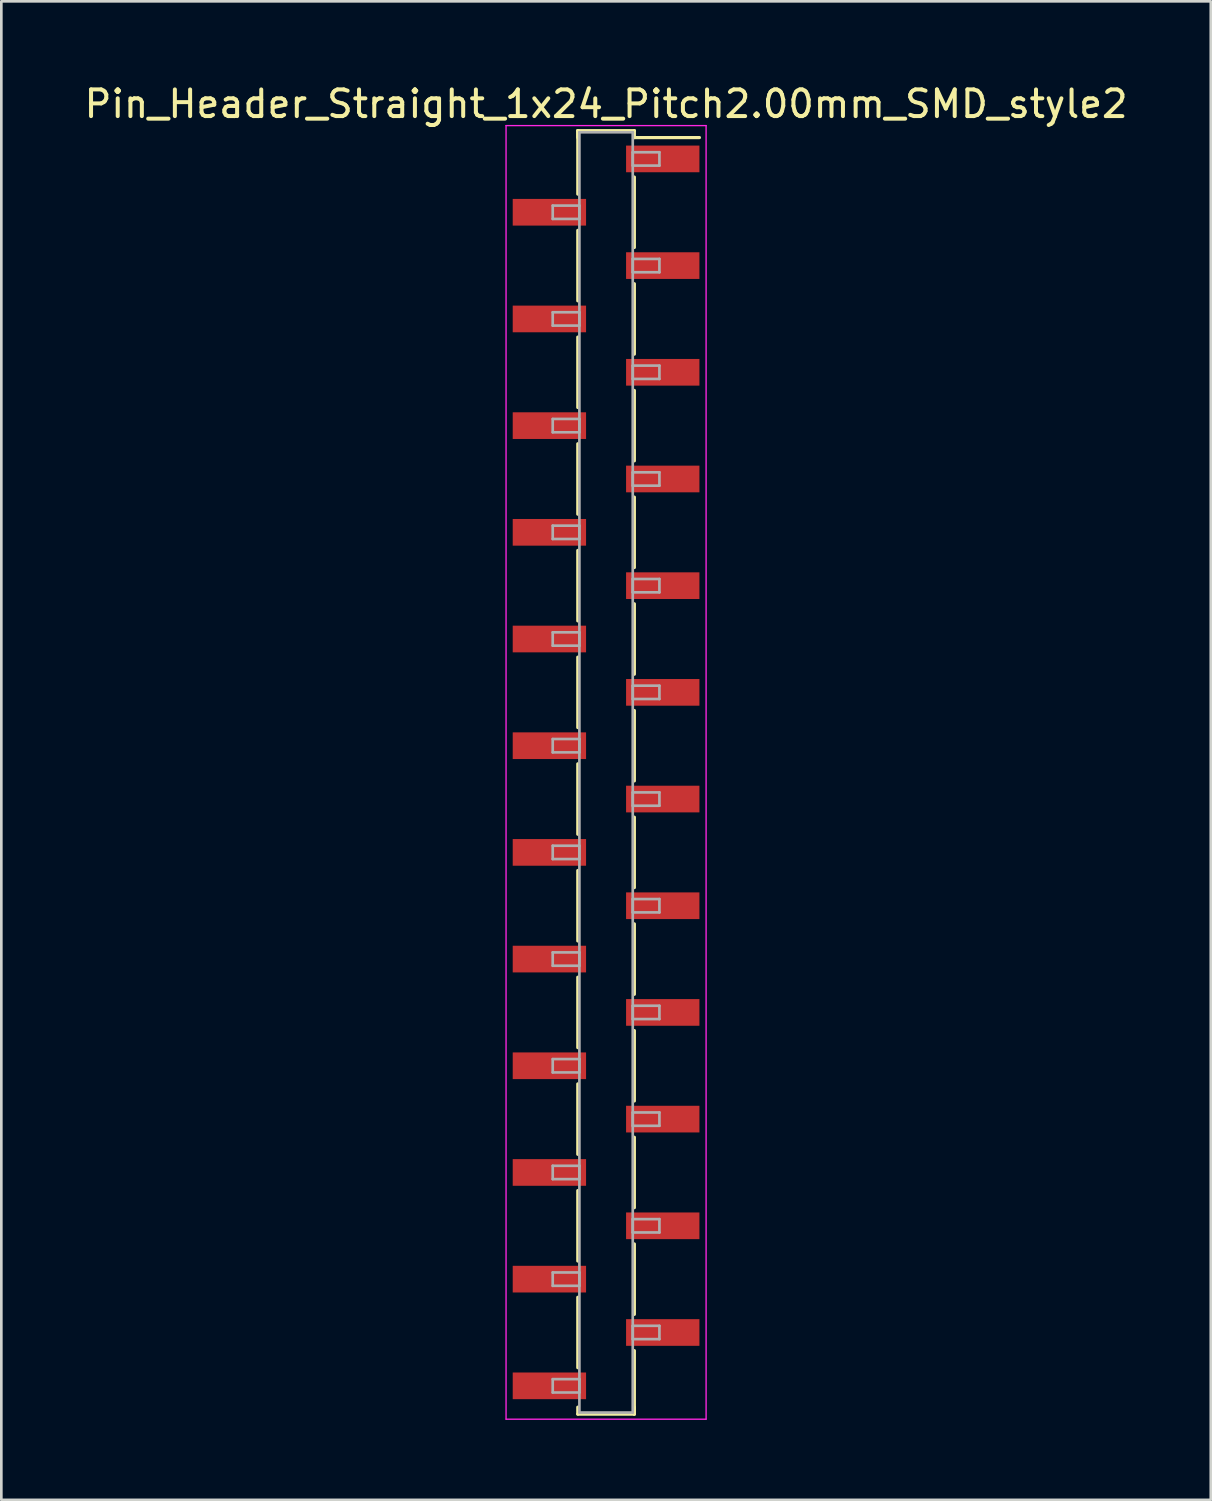
<source format=kicad_pcb>
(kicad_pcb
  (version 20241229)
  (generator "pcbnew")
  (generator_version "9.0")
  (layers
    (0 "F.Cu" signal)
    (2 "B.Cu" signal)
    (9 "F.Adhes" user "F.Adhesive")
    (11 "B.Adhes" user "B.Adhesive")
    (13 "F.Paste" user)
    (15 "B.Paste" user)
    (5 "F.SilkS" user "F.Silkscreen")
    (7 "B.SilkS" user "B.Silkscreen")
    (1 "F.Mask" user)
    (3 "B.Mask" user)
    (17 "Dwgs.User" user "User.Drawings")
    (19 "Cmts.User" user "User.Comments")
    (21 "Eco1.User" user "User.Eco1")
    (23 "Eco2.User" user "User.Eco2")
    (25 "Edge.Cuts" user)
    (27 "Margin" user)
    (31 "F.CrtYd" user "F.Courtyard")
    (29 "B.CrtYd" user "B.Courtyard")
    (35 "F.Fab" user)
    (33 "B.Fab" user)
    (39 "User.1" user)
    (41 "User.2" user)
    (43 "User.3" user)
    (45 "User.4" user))
  (footprint "Pin_Header_Straight_1x24_Pitch2.00mm_SMD_style2"
    (layer "F.Cu")
    (at 19.673 25.908)
    (property "Reference" "Pin_Header_Straight_1x24_Pitch2.00mm_SMD_style2" (at 0 -25.06 0) (layer "F.SilkS") (effects (font (size 1 1) (thickness 0.15))))
    (attr smd)
    (fp_line (start -1.06 -24.06) (end -1.06 -21.68) (stroke (width 0.12) (type solid)) (layer "F.SilkS"))
    (fp_line (start -1.06 -24.06) (end 1.06 -24.06) (stroke (width 0.12) (type solid)) (layer "F.SilkS"))
    (fp_line (start -1.06 -23.8) (end -1.06 -24.06) (stroke (width 0.12) (type solid)) (layer "F.SilkS"))
    (fp_line (start -1.06 -20.32) (end -1.06 -17.68) (stroke (width 0.12) (type solid)) (layer "F.SilkS"))
    (fp_line (start -1.06 -16.32) (end -1.06 -13.68) (stroke (width 0.12) (type solid)) (layer "F.SilkS"))
    (fp_line (start -1.06 -12.32) (end -1.06 -9.68) (stroke (width 0.12) (type solid)) (layer "F.SilkS"))
    (fp_line (start -1.06 -8.32) (end -1.06 -5.68) (stroke (width 0.12) (type solid)) (layer "F.SilkS"))
    (fp_line (start -1.06 -4.32) (end -1.06 -1.68) (stroke (width 0.12) (type solid)) (layer "F.SilkS"))
    (fp_line (start -1.06 -0.32) (end -1.06 2.32) (stroke (width 0.12) (type solid)) (layer "F.SilkS"))
    (fp_line (start -1.06 3.68) (end -1.06 6.32) (stroke (width 0.12) (type solid)) (layer "F.SilkS"))
    (fp_line (start -1.06 7.68) (end -1.06 10.32) (stroke (width 0.12) (type solid)) (layer "F.SilkS"))
    (fp_line (start -1.06 11.68) (end -1.06 14.32) (stroke (width 0.12) (type solid)) (layer "F.SilkS"))
    (fp_line (start -1.06 15.68) (end -1.06 18.32) (stroke (width 0.12) (type solid)) (layer "F.SilkS"))
    (fp_line (start -1.06 19.68) (end -1.06 22.32) (stroke (width 0.12) (type solid)) (layer "F.SilkS"))
    (fp_line (start -1.06 23.8) (end -1.06 24.06) (stroke (width 0.12) (type solid)) (layer "F.SilkS"))
    (fp_line (start -1.06 24.06) (end 1.06 24.06) (stroke (width 0.12) (type solid)) (layer "F.SilkS"))
    (fp_line (start 1.06 -24.06) (end 1.06 -23.8) (stroke (width 0.12) (type solid)) (layer "F.SilkS"))
    (fp_line (start 1.06 -23.8) (end 3.5 -23.8) (stroke (width 0.12) (type solid)) (layer "F.SilkS"))
    (fp_line (start 1.06 -22.32) (end 1.06 -19.68) (stroke (width 0.12) (type solid)) (layer "F.SilkS"))
    (fp_line (start 1.06 -18.32) (end 1.06 -15.68) (stroke (width 0.12) (type solid)) (layer "F.SilkS"))
    (fp_line (start 1.06 -14.32) (end 1.06 -11.68) (stroke (width 0.12) (type solid)) (layer "F.SilkS"))
    (fp_line (start 1.06 -10.32) (end 1.06 -7.68) (stroke (width 0.12) (type solid)) (layer "F.SilkS"))
    (fp_line (start 1.06 -6.32) (end 1.06 -3.68) (stroke (width 0.12) (type solid)) (layer "F.SilkS"))
    (fp_line (start 1.06 -2.32) (end 1.06 0.32) (stroke (width 0.12) (type solid)) (layer "F.SilkS"))
    (fp_line (start 1.06 1.68) (end 1.06 4.32) (stroke (width 0.12) (type solid)) (layer "F.SilkS"))
    (fp_line (start 1.06 5.68) (end 1.06 8.32) (stroke (width 0.12) (type solid)) (layer "F.SilkS"))
    (fp_line (start 1.06 9.68) (end 1.06 12.32) (stroke (width 0.12) (type solid)) (layer "F.SilkS"))
    (fp_line (start 1.06 13.68) (end 1.06 16.32) (stroke (width 0.12) (type solid)) (layer "F.SilkS"))
    (fp_line (start 1.06 17.68) (end 1.06 20.32) (stroke (width 0.12) (type solid)) (layer "F.SilkS"))
    (fp_line (start 1.06 21.68) (end 1.06 24.06) (stroke (width 0.12) (type solid)) (layer "F.SilkS"))
    (fp_line (start 1.06 24.06) (end 1.06 23.8) (stroke (width 0.12) (type solid)) (layer "F.SilkS"))
    (fp_line (start -3.75 -24.25) (end -3.75 24.25) (stroke (width 0.05) (type solid)) (layer "F.CrtYd"))
    (fp_line (start -3.75 24.25) (end 3.75 24.25) (stroke (width 0.05) (type solid)) (layer "F.CrtYd"))
    (fp_line (start 3.75 -24.25) (end -3.75 -24.25) (stroke (width 0.05) (type solid)) (layer "F.CrtYd"))
    (fp_line (start 3.75 24.25) (end 3.75 -24.25) (stroke (width 0.05) (type solid)) (layer "F.CrtYd"))
    (fp_line (start -2 -21.25) (end -1 -21.25) (stroke (width 0.1) (type solid)) (layer "F.Fab"))
    (fp_line (start -2 -20.75) (end -2 -21.25) (stroke (width 0.1) (type solid)) (layer "F.Fab"))
    (fp_line (start -2 -17.25) (end -1 -17.25) (stroke (width 0.1) (type solid)) (layer "F.Fab"))
    (fp_line (start -2 -16.75) (end -2 -17.25) (stroke (width 0.1) (type solid)) (layer "F.Fab"))
    (fp_line (start -2 -13.25) (end -1 -13.25) (stroke (width 0.1) (type solid)) (layer "F.Fab"))
    (fp_line (start -2 -12.75) (end -2 -13.25) (stroke (width 0.1) (type solid)) (layer "F.Fab"))
    (fp_line (start -2 -9.25) (end -1 -9.25) (stroke (width 0.1) (type solid)) (layer "F.Fab"))
    (fp_line (start -2 -8.75) (end -2 -9.25) (stroke (width 0.1) (type solid)) (layer "F.Fab"))
    (fp_line (start -2 -5.25) (end -1 -5.25) (stroke (width 0.1) (type solid)) (layer "F.Fab"))
    (fp_line (start -2 -4.75) (end -2 -5.25) (stroke (width 0.1) (type solid)) (layer "F.Fab"))
    (fp_line (start -2 -1.25) (end -1 -1.25) (stroke (width 0.1) (type solid)) (layer "F.Fab"))
    (fp_line (start -2 -0.75) (end -2 -1.25) (stroke (width 0.1) (type solid)) (layer "F.Fab"))
    (fp_line (start -2 2.75) (end -1 2.75) (stroke (width 0.1) (type solid)) (layer "F.Fab"))
    (fp_line (start -2 3.25) (end -2 2.75) (stroke (width 0.1) (type solid)) (layer "F.Fab"))
    (fp_line (start -2 6.75) (end -1 6.75) (stroke (width 0.1) (type solid)) (layer "F.Fab"))
    (fp_line (start -2 7.25) (end -2 6.75) (stroke (width 0.1) (type solid)) (layer "F.Fab"))
    (fp_line (start -2 10.75) (end -1 10.75) (stroke (width 0.1) (type solid)) (layer "F.Fab"))
    (fp_line (start -2 11.25) (end -2 10.75) (stroke (width 0.1) (type solid)) (layer "F.Fab"))
    (fp_line (start -2 14.75) (end -1 14.75) (stroke (width 0.1) (type solid)) (layer "F.Fab"))
    (fp_line (start -2 15.25) (end -2 14.75) (stroke (width 0.1) (type solid)) (layer "F.Fab"))
    (fp_line (start -2 18.75) (end -1 18.75) (stroke (width 0.1) (type solid)) (layer "F.Fab"))
    (fp_line (start -2 19.25) (end -2 18.75) (stroke (width 0.1) (type solid)) (layer "F.Fab"))
    (fp_line (start -2 22.75) (end -1 22.75) (stroke (width 0.1) (type solid)) (layer "F.Fab"))
    (fp_line (start -2 23.25) (end -2 22.75) (stroke (width 0.1) (type solid)) (layer "F.Fab"))
    (fp_line (start -1 -24) (end -1 24) (stroke (width 0.1) (type solid)) (layer "F.Fab"))
    (fp_line (start -1 -21.25) (end -1 -20.75) (stroke (width 0.1) (type solid)) (layer "F.Fab"))
    (fp_line (start -1 -20.75) (end -2 -20.75) (stroke (width 0.1) (type solid)) (layer "F.Fab"))
    (fp_line (start -1 -17.25) (end -1 -16.75) (stroke (width 0.1) (type solid)) (layer "F.Fab"))
    (fp_line (start -1 -16.75) (end -2 -16.75) (stroke (width 0.1) (type solid)) (layer "F.Fab"))
    (fp_line (start -1 -13.25) (end -1 -12.75) (stroke (width 0.1) (type solid)) (layer "F.Fab"))
    (fp_line (start -1 -12.75) (end -2 -12.75) (stroke (width 0.1) (type solid)) (layer "F.Fab"))
    (fp_line (start -1 -9.25) (end -1 -8.75) (stroke (width 0.1) (type solid)) (layer "F.Fab"))
    (fp_line (start -1 -8.75) (end -2 -8.75) (stroke (width 0.1) (type solid)) (layer "F.Fab"))
    (fp_line (start -1 -5.25) (end -1 -4.75) (stroke (width 0.1) (type solid)) (layer "F.Fab"))
    (fp_line (start -1 -4.75) (end -2 -4.75) (stroke (width 0.1) (type solid)) (layer "F.Fab"))
    (fp_line (start -1 -1.25) (end -1 -0.75) (stroke (width 0.1) (type solid)) (layer "F.Fab"))
    (fp_line (start -1 -0.75) (end -2 -0.75) (stroke (width 0.1) (type solid)) (layer "F.Fab"))
    (fp_line (start -1 2.75) (end -1 3.25) (stroke (width 0.1) (type solid)) (layer "F.Fab"))
    (fp_line (start -1 3.25) (end -2 3.25) (stroke (width 0.1) (type solid)) (layer "F.Fab"))
    (fp_line (start -1 6.75) (end -1 7.25) (stroke (width 0.1) (type solid)) (layer "F.Fab"))
    (fp_line (start -1 7.25) (end -2 7.25) (stroke (width 0.1) (type solid)) (layer "F.Fab"))
    (fp_line (start -1 10.75) (end -1 11.25) (stroke (width 0.1) (type solid)) (layer "F.Fab"))
    (fp_line (start -1 11.25) (end -2 11.25) (stroke (width 0.1) (type solid)) (layer "F.Fab"))
    (fp_line (start -1 14.75) (end -1 15.25) (stroke (width 0.1) (type solid)) (layer "F.Fab"))
    (fp_line (start -1 15.25) (end -2 15.25) (stroke (width 0.1) (type solid)) (layer "F.Fab"))
    (fp_line (start -1 18.75) (end -1 19.25) (stroke (width 0.1) (type solid)) (layer "F.Fab"))
    (fp_line (start -1 19.25) (end -2 19.25) (stroke (width 0.1) (type solid)) (layer "F.Fab"))
    (fp_line (start -1 22.75) (end -1 23.25) (stroke (width 0.1) (type solid)) (layer "F.Fab"))
    (fp_line (start -1 23.25) (end -2 23.25) (stroke (width 0.1) (type solid)) (layer "F.Fab"))
    (fp_line (start -1 24) (end 1 24) (stroke (width 0.1) (type solid)) (layer "F.Fab"))
    (fp_line (start 1 -24) (end -1 -24) (stroke (width 0.1) (type solid)) (layer "F.Fab"))
    (fp_line (start 1 -23.25) (end 1 -22.75) (stroke (width 0.1) (type solid)) (layer "F.Fab"))
    (fp_line (start 1 -22.75) (end 2 -22.75) (stroke (width 0.1) (type solid)) (layer "F.Fab"))
    (fp_line (start 1 -19.25) (end 1 -18.75) (stroke (width 0.1) (type solid)) (layer "F.Fab"))
    (fp_line (start 1 -18.75) (end 2 -18.75) (stroke (width 0.1) (type solid)) (layer "F.Fab"))
    (fp_line (start 1 -15.25) (end 1 -14.75) (stroke (width 0.1) (type solid)) (layer "F.Fab"))
    (fp_line (start 1 -14.75) (end 2 -14.75) (stroke (width 0.1) (type solid)) (layer "F.Fab"))
    (fp_line (start 1 -11.25) (end 1 -10.75) (stroke (width 0.1) (type solid)) (layer "F.Fab"))
    (fp_line (start 1 -10.75) (end 2 -10.75) (stroke (width 0.1) (type solid)) (layer "F.Fab"))
    (fp_line (start 1 -7.25) (end 1 -6.75) (stroke (width 0.1) (type solid)) (layer "F.Fab"))
    (fp_line (start 1 -6.75) (end 2 -6.75) (stroke (width 0.1) (type solid)) (layer "F.Fab"))
    (fp_line (start 1 -3.25) (end 1 -2.75) (stroke (width 0.1) (type solid)) (layer "F.Fab"))
    (fp_line (start 1 -2.75) (end 2 -2.75) (stroke (width 0.1) (type solid)) (layer "F.Fab"))
    (fp_line (start 1 0.75) (end 1 1.25) (stroke (width 0.1) (type solid)) (layer "F.Fab"))
    (fp_line (start 1 1.25) (end 2 1.25) (stroke (width 0.1) (type solid)) (layer "F.Fab"))
    (fp_line (start 1 4.75) (end 1 5.25) (stroke (width 0.1) (type solid)) (layer "F.Fab"))
    (fp_line (start 1 5.25) (end 2 5.25) (stroke (width 0.1) (type solid)) (layer "F.Fab"))
    (fp_line (start 1 8.75) (end 1 9.25) (stroke (width 0.1) (type solid)) (layer "F.Fab"))
    (fp_line (start 1 9.25) (end 2 9.25) (stroke (width 0.1) (type solid)) (layer "F.Fab"))
    (fp_line (start 1 12.75) (end 1 13.25) (stroke (width 0.1) (type solid)) (layer "F.Fab"))
    (fp_line (start 1 13.25) (end 2 13.25) (stroke (width 0.1) (type solid)) (layer "F.Fab"))
    (fp_line (start 1 16.75) (end 1 17.25) (stroke (width 0.1) (type solid)) (layer "F.Fab"))
    (fp_line (start 1 17.25) (end 2 17.25) (stroke (width 0.1) (type solid)) (layer "F.Fab"))
    (fp_line (start 1 20.75) (end 1 21.25) (stroke (width 0.1) (type solid)) (layer "F.Fab"))
    (fp_line (start 1 21.25) (end 2 21.25) (stroke (width 0.1) (type solid)) (layer "F.Fab"))
    (fp_line (start 1 24) (end 1 -24) (stroke (width 0.1) (type solid)) (layer "F.Fab"))
    (fp_line (start 2 -23.25) (end 1 -23.25) (stroke (width 0.1) (type solid)) (layer "F.Fab"))
    (fp_line (start 2 -22.75) (end 2 -23.25) (stroke (width 0.1) (type solid)) (layer "F.Fab"))
    (fp_line (start 2 -19.25) (end 1 -19.25) (stroke (width 0.1) (type solid)) (layer "F.Fab"))
    (fp_line (start 2 -18.75) (end 2 -19.25) (stroke (width 0.1) (type solid)) (layer "F.Fab"))
    (fp_line (start 2 -15.25) (end 1 -15.25) (stroke (width 0.1) (type solid)) (layer "F.Fab"))
    (fp_line (start 2 -14.75) (end 2 -15.25) (stroke (width 0.1) (type solid)) (layer "F.Fab"))
    (fp_line (start 2 -11.25) (end 1 -11.25) (stroke (width 0.1) (type solid)) (layer "F.Fab"))
    (fp_line (start 2 -10.75) (end 2 -11.25) (stroke (width 0.1) (type solid)) (layer "F.Fab"))
    (fp_line (start 2 -7.25) (end 1 -7.25) (stroke (width 0.1) (type solid)) (layer "F.Fab"))
    (fp_line (start 2 -6.75) (end 2 -7.25) (stroke (width 0.1) (type solid)) (layer "F.Fab"))
    (fp_line (start 2 -3.25) (end 1 -3.25) (stroke (width 0.1) (type solid)) (layer "F.Fab"))
    (fp_line (start 2 -2.75) (end 2 -3.25) (stroke (width 0.1) (type solid)) (layer "F.Fab"))
    (fp_line (start 2 0.75) (end 1 0.75) (stroke (width 0.1) (type solid)) (layer "F.Fab"))
    (fp_line (start 2 1.25) (end 2 0.75) (stroke (width 0.1) (type solid)) (layer "F.Fab"))
    (fp_line (start 2 4.75) (end 1 4.75) (stroke (width 0.1) (type solid)) (layer "F.Fab"))
    (fp_line (start 2 5.25) (end 2 4.75) (stroke (width 0.1) (type solid)) (layer "F.Fab"))
    (fp_line (start 2 8.75) (end 1 8.75) (stroke (width 0.1) (type solid)) (layer "F.Fab"))
    (fp_line (start 2 9.25) (end 2 8.75) (stroke (width 0.1) (type solid)) (layer "F.Fab"))
    (fp_line (start 2 12.75) (end 1 12.75) (stroke (width 0.1) (type solid)) (layer "F.Fab"))
    (fp_line (start 2 13.25) (end 2 12.75) (stroke (width 0.1) (type solid)) (layer "F.Fab"))
    (fp_line (start 2 16.75) (end 1 16.75) (stroke (width 0.1) (type solid)) (layer "F.Fab"))
    (fp_line (start 2 17.25) (end 2 16.75) (stroke (width 0.1) (type solid)) (layer "F.Fab"))
    (fp_line (start 2 20.75) (end 1 20.75) (stroke (width 0.1) (type solid)) (layer "F.Fab"))
    (fp_line (start 2 21.25) (end 2 20.75) (stroke (width 0.1) (type solid)) (layer "F.Fab"))
    (pad "1" smd rect (at 2.125 -23) (size 2.75 1) (layers "F.Cu" "F.Mask"))
    (pad "2" smd rect (at -2.125 -21) (size 2.75 1) (layers "F.Cu" "F.Mask"))
    (pad "3" smd rect (at 2.125 -19) (size 2.75 1) (layers "F.Cu" "F.Mask"))
    (pad "4" smd rect (at -2.125 -17) (size 2.75 1) (layers "F.Cu" "F.Mask"))
    (pad "5" smd rect (at 2.125 -15) (size 2.75 1) (layers "F.Cu" "F.Mask"))
    (pad "6" smd rect (at -2.125 -13) (size 2.75 1) (layers "F.Cu" "F.Mask"))
    (pad "7" smd rect (at 2.125 -11) (size 2.75 1) (layers "F.Cu" "F.Mask"))
    (pad "8" smd rect (at -2.125 -9) (size 2.75 1) (layers "F.Cu" "F.Mask"))
    (pad "9" smd rect (at 2.125 -7) (size 2.75 1) (layers "F.Cu" "F.Mask"))
    (pad "10" smd rect (at -2.125 -5) (size 2.75 1) (layers "F.Cu" "F.Mask"))
    (pad "11" smd rect (at 2.125 -3) (size 2.75 1) (layers "F.Cu" "F.Mask"))
    (pad "12" smd rect (at -2.125 -1) (size 2.75 1) (layers "F.Cu" "F.Mask"))
    (pad "13" smd rect (at 2.125 1) (size 2.75 1) (layers "F.Cu" "F.Mask"))
    (pad "14" smd rect (at -2.125 3) (size 2.75 1) (layers "F.Cu" "F.Mask"))
    (pad "15" smd rect (at 2.125 5) (size 2.75 1) (layers "F.Cu" "F.Mask"))
    (pad "16" smd rect (at -2.125 7) (size 2.75 1) (layers "F.Cu" "F.Mask"))
    (pad "17" smd rect (at 2.125 9) (size 2.75 1) (layers "F.Cu" "F.Mask"))
    (pad "18" smd rect (at -2.125 11) (size 2.75 1) (layers "F.Cu" "F.Mask"))
    (pad "19" smd rect (at 2.125 13) (size 2.75 1) (layers "F.Cu" "F.Mask"))
    (pad "20" smd rect (at -2.125 15) (size 2.75 1) (layers "F.Cu" "F.Mask"))
    (pad "21" smd rect (at 2.125 17) (size 2.75 1) (layers "F.Cu" "F.Mask"))
    (pad "22" smd rect (at -2.125 19) (size 2.75 1) (layers "F.Cu" "F.Mask"))
    (pad "23" smd rect (at 2.125 21) (size 2.75 1) (layers "F.Cu" "F.Mask"))
    (pad "24" smd rect (at -2.125 23) (size 2.75 1) (layers "F.Cu" "F.Mask")))
  (gr_rect
    (start -3 -3)
    (end 42.345 53.183)
    (stroke (width 0.1) (type default))
    (fill no)
    (layer "Edge.Cuts")))
</source>
